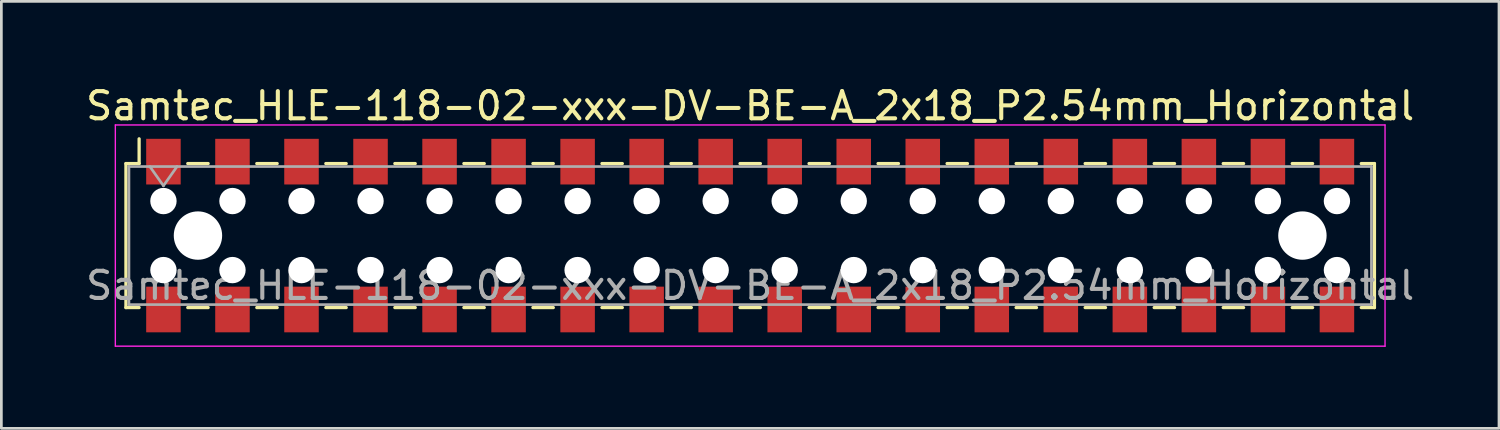
<source format=kicad_pcb>
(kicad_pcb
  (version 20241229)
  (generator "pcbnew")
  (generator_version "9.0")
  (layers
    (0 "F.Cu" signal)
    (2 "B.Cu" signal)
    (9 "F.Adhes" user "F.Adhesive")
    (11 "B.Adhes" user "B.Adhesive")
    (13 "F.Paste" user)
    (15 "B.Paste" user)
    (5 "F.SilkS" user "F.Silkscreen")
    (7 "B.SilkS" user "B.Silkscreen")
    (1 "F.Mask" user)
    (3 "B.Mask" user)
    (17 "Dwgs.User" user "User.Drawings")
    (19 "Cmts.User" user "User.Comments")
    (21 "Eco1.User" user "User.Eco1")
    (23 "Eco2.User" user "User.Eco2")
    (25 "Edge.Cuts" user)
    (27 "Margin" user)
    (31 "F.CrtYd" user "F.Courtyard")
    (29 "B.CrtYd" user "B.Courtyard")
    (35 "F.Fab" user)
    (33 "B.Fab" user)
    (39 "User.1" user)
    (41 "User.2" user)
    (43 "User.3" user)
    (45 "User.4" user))
  (footprint "Samtec_HLE-118-02-xxx-DV-BE-A_2x18_P2.54mm_Horizontal"
    (layer "F.Cu")
    (at 24.554 5.618)
    (property "Reference" "Samtec_HLE-118-02-xxx-DV-BE-A_2x18_P2.54mm_Horizontal" (at 0 -4.77 0) (layer "F.SilkS") (effects (font (size 1 1) (thickness 0.15))))
    (attr smd)
    (fp_line (start -22.97 -2.65) (end -22.97 2.65) (stroke (width 0.12) (type solid)) (layer "F.SilkS"))
    (fp_line (start -22.97 2.65) (end -22.485 2.65) (stroke (width 0.12) (type solid)) (layer "F.SilkS"))
    (fp_line (start -22.485 -3.56) (end -22.485 -2.65) (stroke (width 0.12) (type solid)) (layer "F.SilkS"))
    (fp_line (start -22.485 -2.65) (end -22.97 -2.65) (stroke (width 0.12) (type solid)) (layer "F.SilkS"))
    (fp_line (start -20.695 -2.65) (end -19.945 -2.65) (stroke (width 0.12) (type solid)) (layer "F.SilkS"))
    (fp_line (start -20.695 2.65) (end -19.945 2.65) (stroke (width 0.12) (type solid)) (layer "F.SilkS"))
    (fp_line (start -18.155 -2.65) (end -17.405 -2.65) (stroke (width 0.12) (type solid)) (layer "F.SilkS"))
    (fp_line (start -18.155 2.65) (end -17.405 2.65) (stroke (width 0.12) (type solid)) (layer "F.SilkS"))
    (fp_line (start -15.615 -2.65) (end -14.865 -2.65) (stroke (width 0.12) (type solid)) (layer "F.SilkS"))
    (fp_line (start -15.615 2.65) (end -14.865 2.65) (stroke (width 0.12) (type solid)) (layer "F.SilkS"))
    (fp_line (start -13.075 -2.65) (end -12.325 -2.65) (stroke (width 0.12) (type solid)) (layer "F.SilkS"))
    (fp_line (start -13.075 2.65) (end -12.325 2.65) (stroke (width 0.12) (type solid)) (layer "F.SilkS"))
    (fp_line (start -10.535 -2.65) (end -9.785 -2.65) (stroke (width 0.12) (type solid)) (layer "F.SilkS"))
    (fp_line (start -10.535 2.65) (end -9.785 2.65) (stroke (width 0.12) (type solid)) (layer "F.SilkS"))
    (fp_line (start -7.995 -2.65) (end -7.245 -2.65) (stroke (width 0.12) (type solid)) (layer "F.SilkS"))
    (fp_line (start -7.995 2.65) (end -7.245 2.65) (stroke (width 0.12) (type solid)) (layer "F.SilkS"))
    (fp_line (start -5.455 -2.65) (end -4.705 -2.65) (stroke (width 0.12) (type solid)) (layer "F.SilkS"))
    (fp_line (start -5.455 2.65) (end -4.705 2.65) (stroke (width 0.12) (type solid)) (layer "F.SilkS"))
    (fp_line (start -2.915 -2.65) (end -2.165 -2.65) (stroke (width 0.12) (type solid)) (layer "F.SilkS"))
    (fp_line (start -2.915 2.65) (end -2.165 2.65) (stroke (width 0.12) (type solid)) (layer "F.SilkS"))
    (fp_line (start -0.375 -2.65) (end 0.375 -2.65) (stroke (width 0.12) (type solid)) (layer "F.SilkS"))
    (fp_line (start -0.375 2.65) (end 0.375 2.65) (stroke (width 0.12) (type solid)) (layer "F.SilkS"))
    (fp_line (start 2.165 -2.65) (end 2.915 -2.65) (stroke (width 0.12) (type solid)) (layer "F.SilkS"))
    (fp_line (start 2.165 2.65) (end 2.915 2.65) (stroke (width 0.12) (type solid)) (layer "F.SilkS"))
    (fp_line (start 4.705 -2.65) (end 5.455 -2.65) (stroke (width 0.12) (type solid)) (layer "F.SilkS"))
    (fp_line (start 4.705 2.65) (end 5.455 2.65) (stroke (width 0.12) (type solid)) (layer "F.SilkS"))
    (fp_line (start 7.245 -2.65) (end 7.995 -2.65) (stroke (width 0.12) (type solid)) (layer "F.SilkS"))
    (fp_line (start 7.245 2.65) (end 7.995 2.65) (stroke (width 0.12) (type solid)) (layer "F.SilkS"))
    (fp_line (start 9.785 -2.65) (end 10.535 -2.65) (stroke (width 0.12) (type solid)) (layer "F.SilkS"))
    (fp_line (start 9.785 2.65) (end 10.535 2.65) (stroke (width 0.12) (type solid)) (layer "F.SilkS"))
    (fp_line (start 12.325 -2.65) (end 13.075 -2.65) (stroke (width 0.12) (type solid)) (layer "F.SilkS"))
    (fp_line (start 12.325 2.65) (end 13.075 2.65) (stroke (width 0.12) (type solid)) (layer "F.SilkS"))
    (fp_line (start 14.865 -2.65) (end 15.615 -2.65) (stroke (width 0.12) (type solid)) (layer "F.SilkS"))
    (fp_line (start 14.865 2.65) (end 15.615 2.65) (stroke (width 0.12) (type solid)) (layer "F.SilkS"))
    (fp_line (start 17.405 -2.65) (end 18.155 -2.65) (stroke (width 0.12) (type solid)) (layer "F.SilkS"))
    (fp_line (start 17.405 2.65) (end 18.155 2.65) (stroke (width 0.12) (type solid)) (layer "F.SilkS"))
    (fp_line (start 19.945 -2.65) (end 20.695 -2.65) (stroke (width 0.12) (type solid)) (layer "F.SilkS"))
    (fp_line (start 19.945 2.65) (end 20.695 2.65) (stroke (width 0.12) (type solid)) (layer "F.SilkS"))
    (fp_line (start 22.485 -2.65) (end 22.97 -2.65) (stroke (width 0.12) (type solid)) (layer "F.SilkS"))
    (fp_line (start 22.97 -2.65) (end 22.97 2.65) (stroke (width 0.12) (type solid)) (layer "F.SilkS"))
    (fp_line (start 22.97 2.65) (end 22.485 2.65) (stroke (width 0.12) (type solid)) (layer "F.SilkS"))
    (fp_line (start -23.36 -4.07) (end 23.36 -4.07) (stroke (width 0.05) (type solid)) (layer "F.CrtYd"))
    (fp_line (start -23.36 4.07) (end -23.36 -4.07) (stroke (width 0.05) (type solid)) (layer "F.CrtYd"))
    (fp_line (start 23.36 -4.07) (end 23.36 4.07) (stroke (width 0.05) (type solid)) (layer "F.CrtYd"))
    (fp_line (start 23.36 4.07) (end -23.36 4.07) (stroke (width 0.05) (type solid)) (layer "F.CrtYd"))
    (fp_line (start -22.86 -2.54) (end 22.86 -2.54) (stroke (width 0.1) (type solid)) (layer "F.Fab"))
    (fp_line (start -22.86 2.54) (end -22.86 -2.54) (stroke (width 0.1) (type solid)) (layer "F.Fab"))
    (fp_line (start -22.09 -2.54) (end -21.59 -1.833) (stroke (width 0.1) (type solid)) (layer "F.Fab"))
    (fp_line (start -21.59 -1.833) (end -21.09 -2.54) (stroke (width 0.1) (type solid)) (layer "F.Fab"))
    (fp_line (start 22.86 -2.54) (end 22.86 2.54) (stroke (width 0.1) (type solid)) (layer "F.Fab"))
    (fp_line (start 22.86 2.54) (end -22.86 2.54) (stroke (width 0.1) (type solid)) (layer "F.Fab"))
    (fp_text user "${REFERENCE}" (at 0 1.84 0) (layer "F.Fab") (effects (font (size 1 1) (thickness 0.15))))
    (pad "" np_thru_hole circle (at -21.59 -1.27) (size 0.97 0.97) (drill 0.97) (layers "*.Cu" "*.Mask"))
    (pad "" np_thru_hole circle (at -21.59 1.27) (size 0.97 0.97) (drill 0.97) (layers "*.Cu" "*.Mask"))
    (pad "" np_thru_hole circle (at -20.32 0) (size 1.78 1.78) (drill 1.78) (layers "*.Cu" "*.Mask"))
    (pad "" np_thru_hole circle (at -19.05 -1.27) (size 0.97 0.97) (drill 0.97) (layers "*.Cu" "*.Mask"))
    (pad "" np_thru_hole circle (at -19.05 1.27) (size 0.97 0.97) (drill 0.97) (layers "*.Cu" "*.Mask"))
    (pad "" np_thru_hole circle (at -16.51 -1.27) (size 0.97 0.97) (drill 0.97) (layers "*.Cu" "*.Mask"))
    (pad "" np_thru_hole circle (at -16.51 1.27) (size 0.97 0.97) (drill 0.97) (layers "*.Cu" "*.Mask"))
    (pad "" np_thru_hole circle (at -13.97 -1.27) (size 0.97 0.97) (drill 0.97) (layers "*.Cu" "*.Mask"))
    (pad "" np_thru_hole circle (at -13.97 1.27) (size 0.97 0.97) (drill 0.97) (layers "*.Cu" "*.Mask"))
    (pad "" np_thru_hole circle (at -11.43 -1.27) (size 0.97 0.97) (drill 0.97) (layers "*.Cu" "*.Mask"))
    (pad "" np_thru_hole circle (at -11.43 1.27) (size 0.97 0.97) (drill 0.97) (layers "*.Cu" "*.Mask"))
    (pad "" np_thru_hole circle (at -8.89 -1.27) (size 0.97 0.97) (drill 0.97) (layers "*.Cu" "*.Mask"))
    (pad "" np_thru_hole circle (at -8.89 1.27) (size 0.97 0.97) (drill 0.97) (layers "*.Cu" "*.Mask"))
    (pad "" np_thru_hole circle (at -6.35 -1.27) (size 0.97 0.97) (drill 0.97) (layers "*.Cu" "*.Mask"))
    (pad "" np_thru_hole circle (at -6.35 1.27) (size 0.97 0.97) (drill 0.97) (layers "*.Cu" "*.Mask"))
    (pad "" np_thru_hole circle (at -3.81 -1.27) (size 0.97 0.97) (drill 0.97) (layers "*.Cu" "*.Mask"))
    (pad "" np_thru_hole circle (at -3.81 1.27) (size 0.97 0.97) (drill 0.97) (layers "*.Cu" "*.Mask"))
    (pad "" np_thru_hole circle (at -1.27 -1.27) (size 0.97 0.97) (drill 0.97) (layers "*.Cu" "*.Mask"))
    (pad "" np_thru_hole circle (at -1.27 1.27) (size 0.97 0.97) (drill 0.97) (layers "*.Cu" "*.Mask"))
    (pad "" np_thru_hole circle (at 1.27 -1.27) (size 0.97 0.97) (drill 0.97) (layers "*.Cu" "*.Mask"))
    (pad "" np_thru_hole circle (at 1.27 1.27) (size 0.97 0.97) (drill 0.97) (layers "*.Cu" "*.Mask"))
    (pad "" np_thru_hole circle (at 3.81 -1.27) (size 0.97 0.97) (drill 0.97) (layers "*.Cu" "*.Mask"))
    (pad "" np_thru_hole circle (at 3.81 1.27) (size 0.97 0.97) (drill 0.97) (layers "*.Cu" "*.Mask"))
    (pad "" np_thru_hole circle (at 6.35 -1.27) (size 0.97 0.97) (drill 0.97) (layers "*.Cu" "*.Mask"))
    (pad "" np_thru_hole circle (at 6.35 1.27) (size 0.97 0.97) (drill 0.97) (layers "*.Cu" "*.Mask"))
    (pad "" np_thru_hole circle (at 8.89 -1.27) (size 0.97 0.97) (drill 0.97) (layers "*.Cu" "*.Mask"))
    (pad "" np_thru_hole circle (at 8.89 1.27) (size 0.97 0.97) (drill 0.97) (layers "*.Cu" "*.Mask"))
    (pad "" np_thru_hole circle (at 11.43 -1.27) (size 0.97 0.97) (drill 0.97) (layers "*.Cu" "*.Mask"))
    (pad "" np_thru_hole circle (at 11.43 1.27) (size 0.97 0.97) (drill 0.97) (layers "*.Cu" "*.Mask"))
    (pad "" np_thru_hole circle (at 13.97 -1.27) (size 0.97 0.97) (drill 0.97) (layers "*.Cu" "*.Mask"))
    (pad "" np_thru_hole circle (at 13.97 1.27) (size 0.97 0.97) (drill 0.97) (layers "*.Cu" "*.Mask"))
    (pad "" np_thru_hole circle (at 16.51 -1.27) (size 0.97 0.97) (drill 0.97) (layers "*.Cu" "*.Mask"))
    (pad "" np_thru_hole circle (at 16.51 1.27) (size 0.97 0.97) (drill 0.97) (layers "*.Cu" "*.Mask"))
    (pad "" np_thru_hole circle (at 19.05 -1.27) (size 0.97 0.97) (drill 0.97) (layers "*.Cu" "*.Mask"))
    (pad "" np_thru_hole circle (at 19.05 1.27) (size 0.97 0.97) (drill 0.97) (layers "*.Cu" "*.Mask"))
    (pad "" np_thru_hole circle (at 20.32 0) (size 1.78 1.78) (drill 1.78) (layers "*.Cu" "*.Mask"))
    (pad "" np_thru_hole circle (at 21.59 -1.27) (size 0.97 0.97) (drill 0.97) (layers "*.Cu" "*.Mask"))
    (pad "" np_thru_hole circle (at 21.59 1.27) (size 0.97 0.97) (drill 0.97) (layers "*.Cu" "*.Mask"))
    (pad "1" smd rect (at -21.59 -2.72) (size 1.27 1.68) (layers "F.Cu" "F.Mask" "F.Paste"))
    (pad "2" smd rect (at -21.59 2.72) (size 1.27 1.68) (layers "F.Cu" "F.Mask" "F.Paste"))
    (pad "3" smd rect (at -19.05 -2.72) (size 1.27 1.68) (layers "F.Cu" "F.Mask" "F.Paste"))
    (pad "4" smd rect (at -19.05 2.72) (size 1.27 1.68) (layers "F.Cu" "F.Mask" "F.Paste"))
    (pad "5" smd rect (at -16.51 -2.72) (size 1.27 1.68) (layers "F.Cu" "F.Mask" "F.Paste"))
    (pad "6" smd rect (at -16.51 2.72) (size 1.27 1.68) (layers "F.Cu" "F.Mask" "F.Paste"))
    (pad "7" smd rect (at -13.97 -2.72) (size 1.27 1.68) (layers "F.Cu" "F.Mask" "F.Paste"))
    (pad "8" smd rect (at -13.97 2.72) (size 1.27 1.68) (layers "F.Cu" "F.Mask" "F.Paste"))
    (pad "9" smd rect (at -11.43 -2.72) (size 1.27 1.68) (layers "F.Cu" "F.Mask" "F.Paste"))
    (pad "10" smd rect (at -11.43 2.72) (size 1.27 1.68) (layers "F.Cu" "F.Mask" "F.Paste"))
    (pad "11" smd rect (at -8.89 -2.72) (size 1.27 1.68) (layers "F.Cu" "F.Mask" "F.Paste"))
    (pad "12" smd rect (at -8.89 2.72) (size 1.27 1.68) (layers "F.Cu" "F.Mask" "F.Paste"))
    (pad "13" smd rect (at -6.35 -2.72) (size 1.27 1.68) (layers "F.Cu" "F.Mask" "F.Paste"))
    (pad "14" smd rect (at -6.35 2.72) (size 1.27 1.68) (layers "F.Cu" "F.Mask" "F.Paste"))
    (pad "15" smd rect (at -3.81 -2.72) (size 1.27 1.68) (layers "F.Cu" "F.Mask" "F.Paste"))
    (pad "16" smd rect (at -3.81 2.72) (size 1.27 1.68) (layers "F.Cu" "F.Mask" "F.Paste"))
    (pad "17" smd rect (at -1.27 -2.72) (size 1.27 1.68) (layers "F.Cu" "F.Mask" "F.Paste"))
    (pad "18" smd rect (at -1.27 2.72) (size 1.27 1.68) (layers "F.Cu" "F.Mask" "F.Paste"))
    (pad "19" smd rect (at 1.27 -2.72) (size 1.27 1.68) (layers "F.Cu" "F.Mask" "F.Paste"))
    (pad "20" smd rect (at 1.27 2.72) (size 1.27 1.68) (layers "F.Cu" "F.Mask" "F.Paste"))
    (pad "21" smd rect (at 3.81 -2.72) (size 1.27 1.68) (layers "F.Cu" "F.Mask" "F.Paste"))
    (pad "22" smd rect (at 3.81 2.72) (size 1.27 1.68) (layers "F.Cu" "F.Mask" "F.Paste"))
    (pad "23" smd rect (at 6.35 -2.72) (size 1.27 1.68) (layers "F.Cu" "F.Mask" "F.Paste"))
    (pad "24" smd rect (at 6.35 2.72) (size 1.27 1.68) (layers "F.Cu" "F.Mask" "F.Paste"))
    (pad "25" smd rect (at 8.89 -2.72) (size 1.27 1.68) (layers "F.Cu" "F.Mask" "F.Paste"))
    (pad "26" smd rect (at 8.89 2.72) (size 1.27 1.68) (layers "F.Cu" "F.Mask" "F.Paste"))
    (pad "27" smd rect (at 11.43 -2.72) (size 1.27 1.68) (layers "F.Cu" "F.Mask" "F.Paste"))
    (pad "28" smd rect (at 11.43 2.72) (size 1.27 1.68) (layers "F.Cu" "F.Mask" "F.Paste"))
    (pad "29" smd rect (at 13.97 -2.72) (size 1.27 1.68) (layers "F.Cu" "F.Mask" "F.Paste"))
    (pad "30" smd rect (at 13.97 2.72) (size 1.27 1.68) (layers "F.Cu" "F.Mask" "F.Paste"))
    (pad "31" smd rect (at 16.51 -2.72) (size 1.27 1.68) (layers "F.Cu" "F.Mask" "F.Paste"))
    (pad "32" smd rect (at 16.51 2.72) (size 1.27 1.68) (layers "F.Cu" "F.Mask" "F.Paste"))
    (pad "33" smd rect (at 19.05 -2.72) (size 1.27 1.68) (layers "F.Cu" "F.Mask" "F.Paste"))
    (pad "34" smd rect (at 19.05 2.72) (size 1.27 1.68) (layers "F.Cu" "F.Mask" "F.Paste"))
    (pad "35" smd rect (at 21.59 -2.72) (size 1.27 1.68) (layers "F.Cu" "F.Mask" "F.Paste"))
    (pad "36" smd rect (at 21.59 2.72) (size 1.27 1.68) (layers "F.Cu" "F.Mask" "F.Paste")))
  (gr_rect
    (start -3 -3)
    (end 52.107 12.713)
    (stroke (width 0.1) (type default))
    (fill no)
    (layer "Edge.Cuts")))
</source>
